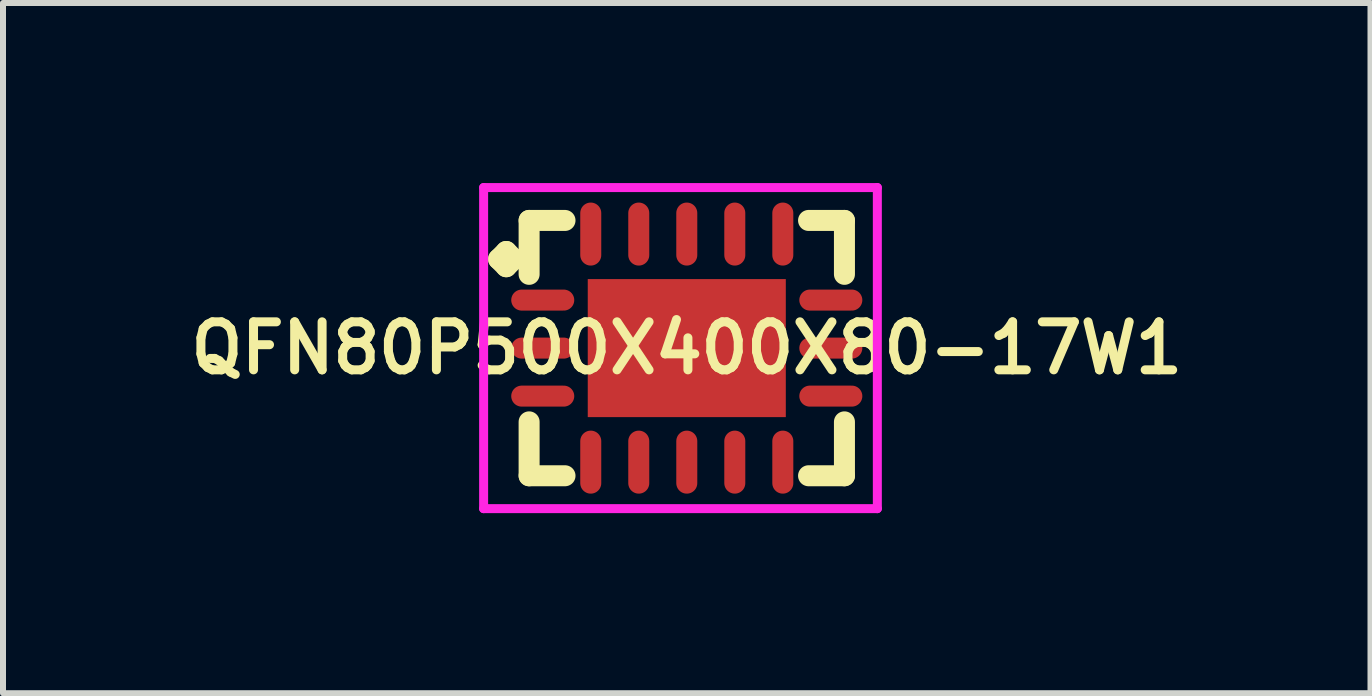
<source format=kicad_pcb>
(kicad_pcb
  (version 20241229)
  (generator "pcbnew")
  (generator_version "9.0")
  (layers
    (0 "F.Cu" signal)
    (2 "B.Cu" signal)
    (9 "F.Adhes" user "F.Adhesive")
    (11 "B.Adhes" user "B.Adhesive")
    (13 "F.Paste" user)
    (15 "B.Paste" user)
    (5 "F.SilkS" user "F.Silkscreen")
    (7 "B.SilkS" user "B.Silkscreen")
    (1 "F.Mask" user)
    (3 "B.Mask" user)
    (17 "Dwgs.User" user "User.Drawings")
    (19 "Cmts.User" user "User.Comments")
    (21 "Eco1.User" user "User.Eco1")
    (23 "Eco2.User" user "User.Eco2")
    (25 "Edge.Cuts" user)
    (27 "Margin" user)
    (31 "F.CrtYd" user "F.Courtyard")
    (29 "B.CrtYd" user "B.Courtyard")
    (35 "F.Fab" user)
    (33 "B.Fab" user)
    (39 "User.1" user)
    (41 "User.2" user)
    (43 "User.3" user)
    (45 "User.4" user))
  (footprint "QFN80P500X400X80-17W1"
    (layer "F.Cu")
    (at 8.393 2.75)
    (property "Reference" "QFN80P500X400X80-17W1" (at 0 0 0) (layer "F.SilkS") (effects (font (size 0.8 0.8) (thickness 0.15))))
    (attr smd)
    (fp_line (start -3.135 -1.483) (end -3.008 -1.61) (stroke (width 0.35) (type solid)) (layer "F.SilkS"))
    (fp_line (start -3.008 -1.61) (end -2.881 -1.483) (stroke (width 0.35) (type solid)) (layer "F.SilkS"))
    (fp_line (start -3.008 -1.356) (end -3.135 -1.483) (stroke (width 0.35) (type solid)) (layer "F.SilkS"))
    (fp_line (start -2.881 -1.483) (end -3.008 -1.356) (stroke (width 0.35) (type solid)) (layer "F.SilkS"))
    (fp_line (start -2.627 -2.127) (end -2.029 -2.127) (stroke (width 0.35) (type solid)) (layer "F.SilkS"))
    (fp_line (start -2.627 -1.229) (end -2.627 -2.127) (stroke (width 0.35) (type solid)) (layer "F.SilkS"))
    (fp_line (start -2.627 1.229) (end -2.627 2.127) (stroke (width 0.35) (type solid)) (layer "F.SilkS"))
    (fp_line (start -2.627 2.127) (end -2.029 2.127) (stroke (width 0.35) (type solid)) (layer "F.SilkS"))
    (fp_line (start 2.029 -2.127) (end 2.627 -2.127) (stroke (width 0.35) (type solid)) (layer "F.SilkS"))
    (fp_line (start 2.029 2.127) (end 2.627 2.127) (stroke (width 0.35) (type solid)) (layer "F.SilkS"))
    (fp_line (start 2.627 -2.127) (end 2.627 -1.229) (stroke (width 0.35) (type solid)) (layer "F.SilkS"))
    (fp_line (start 2.627 2.127) (end 2.627 1.229) (stroke (width 0.35) (type solid)) (layer "F.SilkS"))
    (fp_line (start -3.385 -2.675) (end 3.175 -2.675) (stroke (width 0.15) (type solid)) (layer "F.CrtYd"))
    (fp_line (start -3.385 2.675) (end -3.385 -2.675) (stroke (width 0.15) (type solid)) (layer "F.CrtYd"))
    (fp_line (start 3.175 -2.675) (end 3.175 2.675) (stroke (width 0.15) (type solid)) (layer "F.CrtYd"))
    (fp_line (start 3.175 2.675) (end -3.385 2.675) (stroke (width 0.15) (type solid)) (layer "F.CrtYd"))
    (pad "1" smd oval (at -2.4 -0.8) (size 1.05 0.35) (layers "F.Cu" "F.Mask" "F.Paste"))
    (pad "2" smd oval (at -2.4 0) (size 1.05 0.35) (layers "F.Cu" "F.Mask" "F.Paste"))
    (pad "3" smd oval (at -2.4 0.8) (size 1.05 0.35) (layers "F.Cu" "F.Mask" "F.Paste"))
    (pad "4" smd oval (at -1.6 1.9) (size 0.35 1.05) (layers "F.Cu" "F.Mask" "F.Paste"))
    (pad "5" smd oval (at -0.8 1.9) (size 0.35 1.05) (layers "F.Cu" "F.Mask" "F.Paste"))
    (pad "6" smd oval (at 0 1.9) (size 0.35 1.05) (layers "F.Cu" "F.Mask" "F.Paste"))
    (pad "7" smd oval (at 0.8 1.9) (size 0.35 1.05) (layers "F.Cu" "F.Mask" "F.Paste"))
    (pad "8" smd oval (at 1.6 1.9) (size 0.35 1.05) (layers "F.Cu" "F.Mask" "F.Paste"))
    (pad "9" smd oval (at 2.4 0.8) (size 1.05 0.35) (layers "F.Cu" "F.Mask" "F.Paste"))
    (pad "10" smd oval (at 2.4 0) (size 1.05 0.35) (layers "F.Cu" "F.Mask" "F.Paste"))
    (pad "11" smd oval (at 2.4 -0.8) (size 1.05 0.35) (layers "F.Cu" "F.Mask" "F.Paste"))
    (pad "12" smd oval (at 1.6 -1.9) (size 0.35 1.05) (layers "F.Cu" "F.Mask" "F.Paste"))
    (pad "13" smd oval (at 0.8 -1.9) (size 0.35 1.05) (layers "F.Cu" "F.Mask" "F.Paste"))
    (pad "14" smd oval (at 0 -1.9) (size 0.35 1.05) (layers "F.Cu" "F.Mask" "F.Paste"))
    (pad "15" smd oval (at -0.8 -1.9) (size 0.35 1.05) (layers "F.Cu" "F.Mask" "F.Paste"))
    (pad "16" smd oval (at -1.6 -1.9) (size 0.35 1.05) (layers "F.Cu" "F.Mask" "F.Paste"))
    (pad "17" smd rect (at 0 0) (size 3.3 2.3) (layers "F.Cu" "F.Mask" "F.Paste")))
  (gr_rect
    (start -3 -3)
    (end 19.785 8.5)
    (stroke (width 0.1) (type default))
    (fill no)
    (layer "Edge.Cuts")))
</source>
